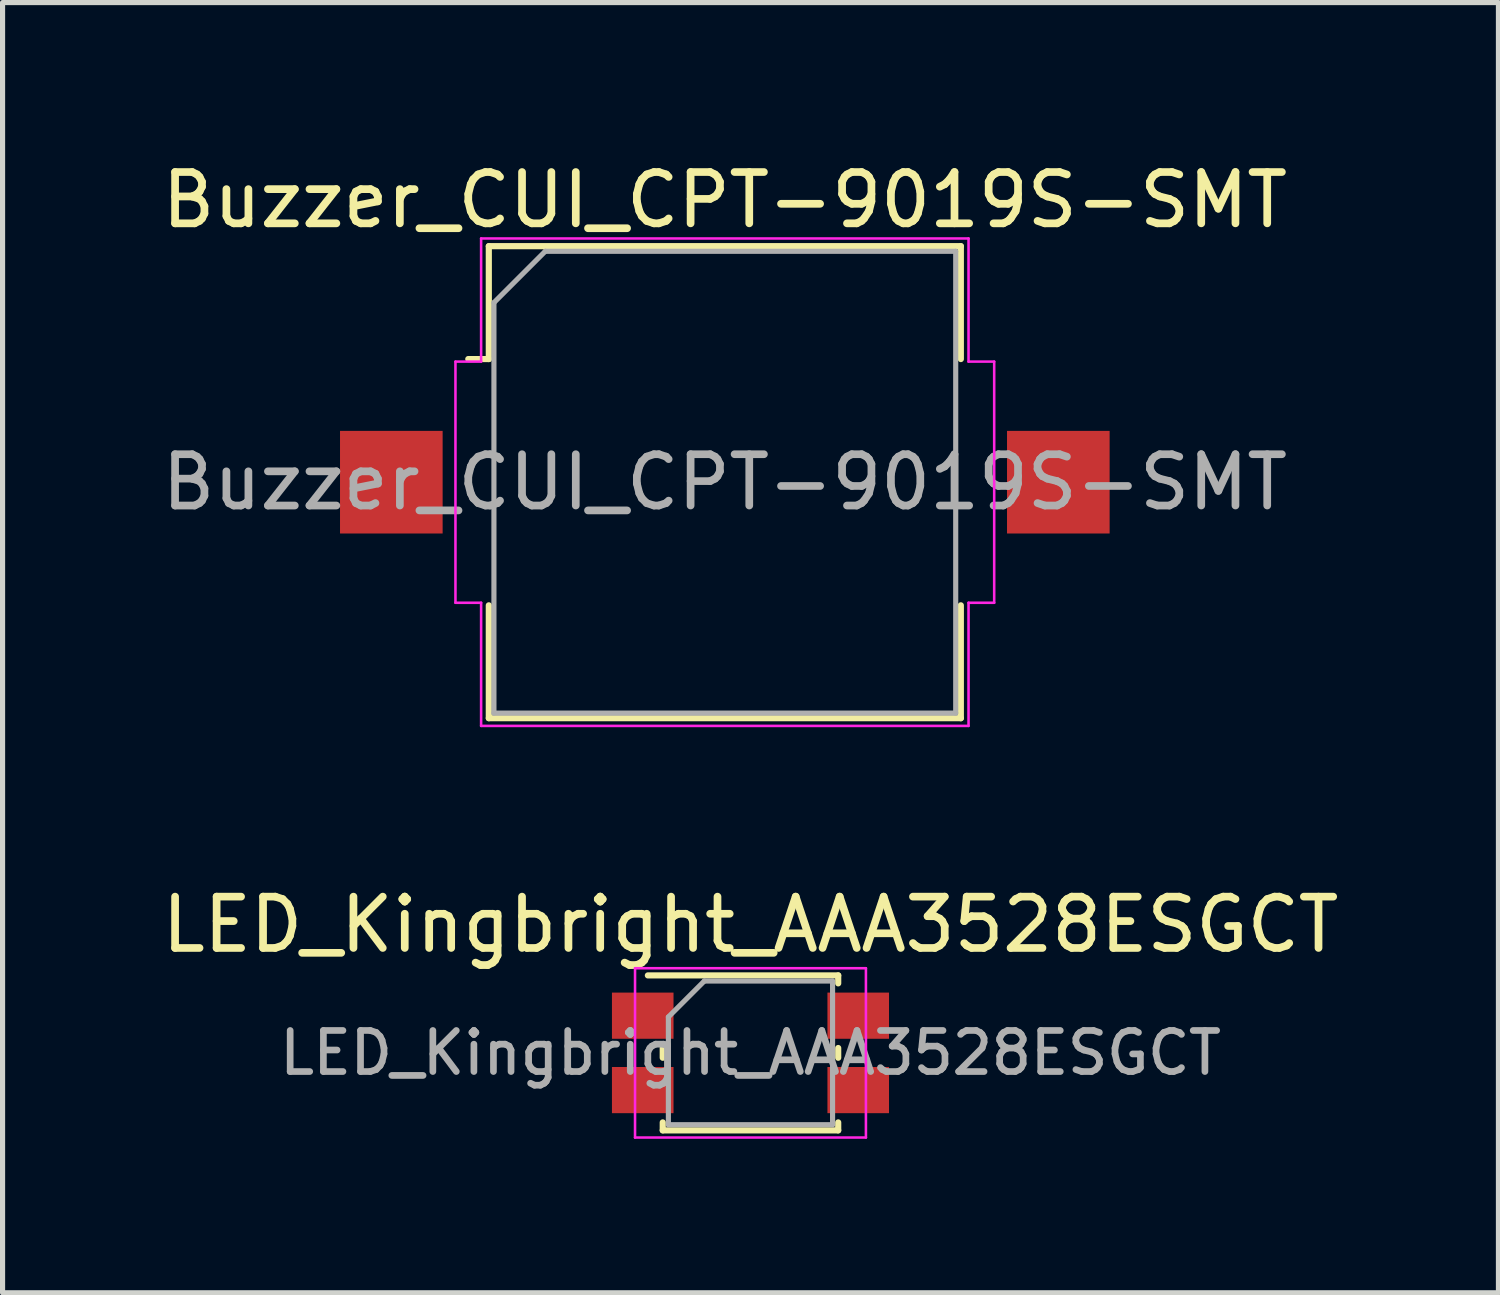
<source format=kicad_pcb>
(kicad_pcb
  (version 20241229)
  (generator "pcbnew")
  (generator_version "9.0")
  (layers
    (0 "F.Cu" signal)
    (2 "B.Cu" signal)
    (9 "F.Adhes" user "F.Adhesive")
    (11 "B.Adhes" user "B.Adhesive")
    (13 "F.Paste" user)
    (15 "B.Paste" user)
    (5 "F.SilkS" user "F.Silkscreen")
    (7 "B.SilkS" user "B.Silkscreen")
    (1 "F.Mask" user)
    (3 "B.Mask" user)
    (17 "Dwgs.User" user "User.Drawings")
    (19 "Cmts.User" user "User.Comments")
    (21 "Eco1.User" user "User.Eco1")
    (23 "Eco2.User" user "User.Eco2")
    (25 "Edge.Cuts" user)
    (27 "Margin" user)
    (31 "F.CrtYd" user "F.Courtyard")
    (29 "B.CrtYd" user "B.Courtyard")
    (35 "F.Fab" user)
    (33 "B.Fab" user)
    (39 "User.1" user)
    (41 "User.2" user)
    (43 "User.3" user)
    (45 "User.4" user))
  (footprint "Buzzer_CUI_CPT-9019S-SMT"
    (layer "F.Cu")
    (at 11.077 6.348)
    (property "Reference" "Buzzer_CUI_CPT-9019S-SMT" (at 0 -5.5 0) (layer "F.SilkS") (effects (font (size 1 1) (thickness 0.15))))
    (attr smd)
    (fp_line (start -4.6 -4.6) (end -4.6 -2.4) (stroke (width 0.12) (type solid)) (layer "F.SilkS"))
    (fp_line (start -4.6 -4.6) (end 4.6 -4.6) (stroke (width 0.12) (type solid)) (layer "F.SilkS"))
    (fp_line (start -4.6 -2.4) (end -5 -2.4) (stroke (width 0.12) (type solid)) (layer "F.SilkS"))
    (fp_line (start -4.6 2.4) (end -4.6 4.6) (stroke (width 0.12) (type solid)) (layer "F.SilkS"))
    (fp_line (start 4.6 -4.6) (end 4.6 -2.4) (stroke (width 0.12) (type solid)) (layer "F.SilkS"))
    (fp_line (start 4.6 2.4) (end 4.6 4.6) (stroke (width 0.12) (type solid)) (layer "F.SilkS"))
    (fp_line (start 4.6 4.6) (end -4.6 4.6) (stroke (width 0.12) (type solid)) (layer "F.SilkS"))
    (fp_line (start -5.25 -2.35) (end -4.75 -2.35) (stroke (width 0.05) (type solid)) (layer "F.CrtYd"))
    (fp_line (start -5.25 2.35) (end -5.25 -2.35) (stroke (width 0.05) (type solid)) (layer "F.CrtYd"))
    (fp_line (start -4.75 -4.75) (end 4.75 -4.75) (stroke (width 0.05) (type solid)) (layer "F.CrtYd"))
    (fp_line (start -4.75 -2.35) (end -4.75 -4.75) (stroke (width 0.05) (type solid)) (layer "F.CrtYd"))
    (fp_line (start -4.75 2.35) (end -5.25 2.35) (stroke (width 0.05) (type solid)) (layer "F.CrtYd"))
    (fp_line (start -4.75 4.75) (end -4.75 2.35) (stroke (width 0.05) (type solid)) (layer "F.CrtYd"))
    (fp_line (start 4.75 -4.75) (end 4.75 -2.35) (stroke (width 0.05) (type solid)) (layer "F.CrtYd"))
    (fp_line (start 4.75 -2.35) (end 5.25 -2.35) (stroke (width 0.05) (type solid)) (layer "F.CrtYd"))
    (fp_line (start 4.75 2.35) (end 4.75 4.75) (stroke (width 0.05) (type solid)) (layer "F.CrtYd"))
    (fp_line (start 4.75 4.75) (end -4.75 4.75) (stroke (width 0.05) (type solid)) (layer "F.CrtYd"))
    (fp_line (start 5.25 -2.35) (end 5.25 2.35) (stroke (width 0.05) (type solid)) (layer "F.CrtYd"))
    (fp_line (start 5.25 2.35) (end 4.75 2.35) (stroke (width 0.05) (type solid)) (layer "F.CrtYd"))
    (fp_line (start -4.5 -3.5) (end -4.5 4.5) (stroke (width 0.1) (type solid)) (layer "F.Fab"))
    (fp_line (start -4.5 4.5) (end 4.5 4.5) (stroke (width 0.1) (type solid)) (layer "F.Fab"))
    (fp_line (start -3.5 -4.5) (end -4.5 -3.5) (stroke (width 0.1) (type solid)) (layer "F.Fab"))
    (fp_line (start 4.5 -4.5) (end -3.5 -4.5) (stroke (width 0.1) (type solid)) (layer "F.Fab"))
    (fp_line (start 4.5 4.5) (end 4.5 -4.5) (stroke (width 0.1) (type solid)) (layer "F.Fab"))
    (fp_text user "${REFERENCE}" (at 0 0 0) (layer "F.Fab") (effects (font (size 1 1) (thickness 0.15))))
    (pad "1" smd rect (at -6.5 0) (size 2 2) (layers "F.Cu" "F.Mask" "F.Paste"))
    (pad "2" smd rect (at 6.5 0) (size 2 2) (layers "F.Cu" "F.Mask" "F.Paste")))
  (footprint "LED_Kingbright_AAA3528ESGCT"
    (layer "F.Cu")
    (at 11.577 17.471)
    (property "Reference" "LED_Kingbright_AAA3528ESGCT" (at 0 -2.5 0) (layer "F.SilkS") (effects (font (size 1 1) (thickness 0.15))))
    (attr smd)
    (fp_line (start -2 -1.51) (end 1.71 -1.51) (stroke (width 0.12) (type solid)) (layer "F.SilkS"))
    (fp_line (start -1.71 -0.095) (end -1.71 0.095) (stroke (width 0.12) (type solid)) (layer "F.SilkS"))
    (fp_line (start -1.71 1.355) (end -1.71 1.51) (stroke (width 0.12) (type solid)) (layer "F.SilkS"))
    (fp_line (start -1.71 1.51) (end 1.71 1.51) (stroke (width 0.12) (type solid)) (layer "F.SilkS"))
    (fp_line (start 1.71 -1.355) (end 1.71 -1.51) (stroke (width 0.12) (type solid)) (layer "F.SilkS"))
    (fp_line (start 1.71 -0.095) (end 1.71 0.095) (stroke (width 0.12) (type solid)) (layer "F.SilkS"))
    (fp_line (start 1.71 1.355) (end 1.71 1.51) (stroke (width 0.12) (type solid)) (layer "F.SilkS"))
    (fp_line (start -2.25 -1.65) (end -2.25 1.65) (stroke (width 0.05) (type solid)) (layer "F.CrtYd"))
    (fp_line (start -2.25 -1.65) (end 2.25 -1.65) (stroke (width 0.05) (type solid)) (layer "F.CrtYd"))
    (fp_line (start -2.25 1.65) (end 2.25 1.65) (stroke (width 0.05) (type solid)) (layer "F.CrtYd"))
    (fp_line (start 2.25 -1.65) (end 2.25 1.65) (stroke (width 0.05) (type solid)) (layer "F.CrtYd"))
    (fp_line (start -1.6 1.4) (end -1.6 -0.7) (stroke (width 0.1) (type solid)) (layer "F.Fab"))
    (fp_line (start -0.9 -1.4) (end -1.6 -0.7) (stroke (width 0.1) (type solid)) (layer "F.Fab"))
    (fp_line (start -0.9 -1.4) (end 1.6 -1.4) (stroke (width 0.1) (type solid)) (layer "F.Fab"))
    (fp_line (start 1.6 -1.4) (end 1.6 1.4) (stroke (width 0.1) (type solid)) (layer "F.Fab"))
    (fp_line (start 1.6 1.4) (end -1.6 1.4) (stroke (width 0.1) (type solid)) (layer "F.Fab"))
    (fp_text user "${REFERENCE}" (at 0 0 0) (layer "F.Fab") (effects (font (size 0.8 0.8) (thickness 0.13))))
    (pad "1" smd rect (at -2.1 -0.725) (size 1.2 0.9) (layers "F.Cu" "F.Mask" "F.Paste"))
    (pad "2" smd rect (at 2.1 -0.725) (size 1.2 0.9) (layers "F.Cu" "F.Mask" "F.Paste"))
    (pad "3" smd rect (at 2.1 0.725) (size 1.2 0.9) (layers "F.Cu" "F.Mask" "F.Paste"))
    (pad "4" smd rect (at -2.1 0.725) (size 1.2 0.9) (layers "F.Cu" "F.Mask" "F.Paste")))
  (gr_rect
    (start -3 -3)
    (end 26.155 22.146)
    (stroke (width 0.1) (type default))
    (fill no)
    (layer "Edge.Cuts")))
</source>
